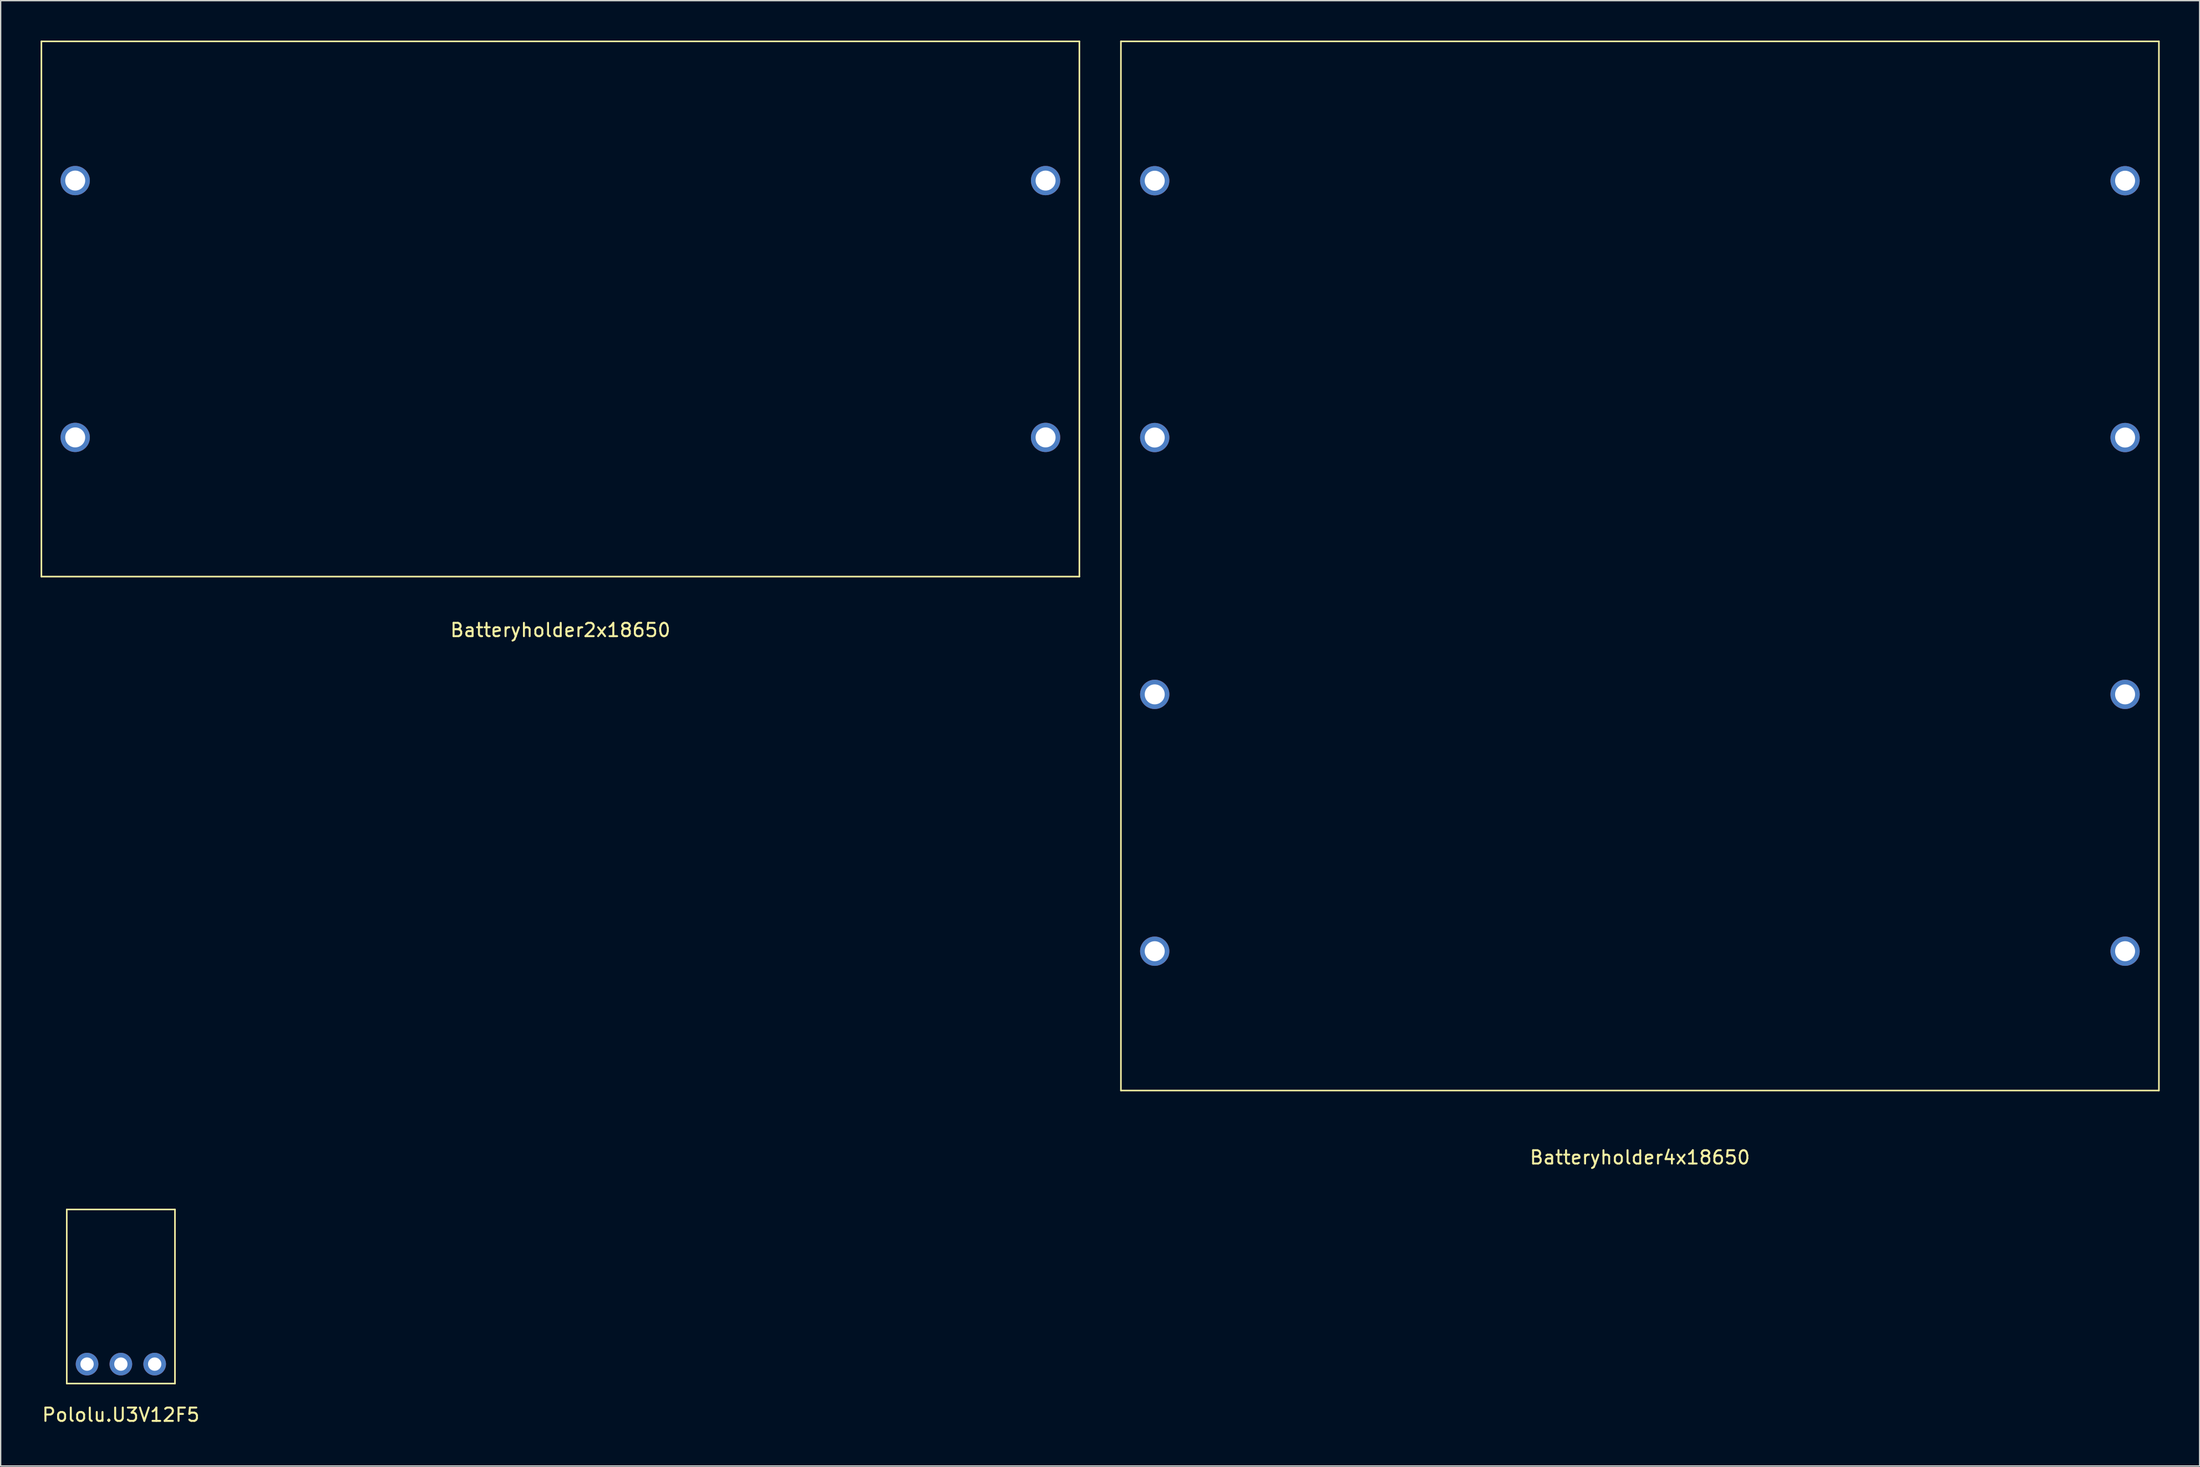
<source format=kicad_pcb>
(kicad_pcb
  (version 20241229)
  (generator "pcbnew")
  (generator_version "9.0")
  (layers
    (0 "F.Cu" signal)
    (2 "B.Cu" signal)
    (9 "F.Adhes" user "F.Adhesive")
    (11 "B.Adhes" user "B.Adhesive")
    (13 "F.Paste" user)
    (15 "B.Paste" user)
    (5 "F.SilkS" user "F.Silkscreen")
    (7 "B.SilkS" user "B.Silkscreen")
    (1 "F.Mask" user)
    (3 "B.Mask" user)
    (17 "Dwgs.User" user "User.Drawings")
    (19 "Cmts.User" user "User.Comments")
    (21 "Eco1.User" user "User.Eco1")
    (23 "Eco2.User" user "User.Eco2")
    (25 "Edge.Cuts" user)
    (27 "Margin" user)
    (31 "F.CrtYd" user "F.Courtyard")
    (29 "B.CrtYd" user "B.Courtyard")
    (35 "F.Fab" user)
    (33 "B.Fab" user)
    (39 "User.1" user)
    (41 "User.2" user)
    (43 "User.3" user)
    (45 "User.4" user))
  (footprint "Pololu.U3V12F5"
    (layer "F.Cu")
    (at 6.03 94.379)
    (property "Reference" "Pololu.U3V12F5" (at 0 8.89 0) (layer "F.SilkS") (effects (font (size 1 1) (thickness 0.15))))
    (attr through_hole)
    (fp_line (start -4.064 -6.54) (end 4.064 -6.54) (stroke (width 0.12) (type solid)) (layer "F.SilkS"))
    (fp_line (start -4.064 6.54) (end -4.064 -6.54) (stroke (width 0.12) (type solid)) (layer "F.SilkS"))
    (fp_line (start 4.064 -6.54) (end 4.064 6.54) (stroke (width 0.12) (type solid)) (layer "F.SilkS"))
    (fp_line (start 4.064 6.54) (end -4.064 6.54) (stroke (width 0.12) (type solid)) (layer "F.SilkS"))
    (pad "1" thru_hole circle (at 2.54 5.08) (size 1.7 1.7) (drill 1) (layers "*.Cu" "*.Mask"))
    (pad "2" thru_hole circle (at 0 5.08) (size 1.7 1.7) (drill 1) (layers "*.Cu" "*.Mask"))
    (pad "3" thru_hole circle (at -2.54 5.08) (size 1.7 1.7) (drill 1) (layers "*.Cu" "*.Mask")))
  (footprint "Batteryholder4x18650"
    (layer "F.Cu")
    (at 120.15 39.48)
    (property "Reference" "Batteryholder4x18650" (at 0 44.45 0) (layer "F.SilkS") (effects (font (size 1 1) (thickness 0.15))))
    (attr through_hole)
    (fp_line (start -38.99 -39.42) (end 38.99 -39.42) (stroke (width 0.12) (type solid)) (layer "F.SilkS"))
    (fp_line (start -38.99 39.42) (end -38.99 -39.42) (stroke (width 0.12) (type solid)) (layer "F.SilkS"))
    (fp_line (start 38.99 -39.42) (end 38.99 39.42) (stroke (width 0.12) (type solid)) (layer "F.SilkS"))
    (fp_line (start 38.99 39.42) (end -38.99 39.42) (stroke (width 0.12) (type solid)) (layer "F.SilkS"))
    (pad "1" thru_hole circle (at -36.45 -28.95) (size 2.2 2.2) (drill 1.5) (layers "*.Cu" "*.Mask"))
    (pad "2" thru_hole circle (at 36.45 -28.95) (size 2.2 2.2) (drill 1.5) (layers "*.Cu" "*.Mask"))
    (pad "3" thru_hole circle (at -36.45 -9.65) (size 2.2 2.2) (drill 1.5) (layers "*.Cu" "*.Mask"))
    (pad "4" thru_hole circle (at 36.45 -9.65) (size 2.2 2.2) (drill 1.5) (layers "*.Cu" "*.Mask"))
    (pad "5" thru_hole circle (at -36.45 9.65) (size 2.2 2.2) (drill 1.5) (layers "*.Cu" "*.Mask"))
    (pad "6" thru_hole circle (at 36.45 9.65) (size 2.2 2.2) (drill 1.5) (layers "*.Cu" "*.Mask"))
    (pad "7" thru_hole circle (at -36.45 28.95) (size 2.2 2.2) (drill 1.5) (layers "*.Cu" "*.Mask"))
    (pad "8" thru_hole circle (at 36.45 28.95) (size 2.2 2.2) (drill 1.5) (layers "*.Cu" "*.Mask")))
  (footprint "Batteryholder2x18650"
    (layer "F.Cu")
    (at 39.05 20.17)
    (property "Reference" "Batteryholder2x18650" (at 0 24.13 0) (layer "F.SilkS") (effects (font (size 1 1) (thickness 0.15))))
    (attr through_hole)
    (fp_line (start -38.99 -20.11) (end 38.99 -20.11) (stroke (width 0.12) (type solid)) (layer "F.SilkS"))
    (fp_line (start -38.99 20.11) (end -38.99 -20.11) (stroke (width 0.12) (type solid)) (layer "F.SilkS"))
    (fp_line (start 38.99 -20.11) (end 38.99 20.11) (stroke (width 0.12) (type solid)) (layer "F.SilkS"))
    (fp_line (start 38.99 20.11) (end -38.99 20.11) (stroke (width 0.12) (type solid)) (layer "F.SilkS"))
    (pad "1" thru_hole circle (at -36.45 -9.65) (size 2.2 2.2) (drill 1.5) (layers "*.Cu" "*.Mask"))
    (pad "2" thru_hole circle (at 36.45 -9.65) (size 2.2 2.2) (drill 1.5) (layers "*.Cu" "*.Mask"))
    (pad "3" thru_hole circle (at -36.45 9.65) (size 2.2 2.2) (drill 1.5) (layers "*.Cu" "*.Mask"))
    (pad "4" thru_hole circle (at 36.45 9.65) (size 2.2 2.2) (drill 1.5) (layers "*.Cu" "*.Mask")))
  (gr_rect
    (start -3 -3)
    (end 162.2 107.117)
    (stroke (width 0.1) (type default))
    (fill no)
    (layer "Edge.Cuts")))
</source>
